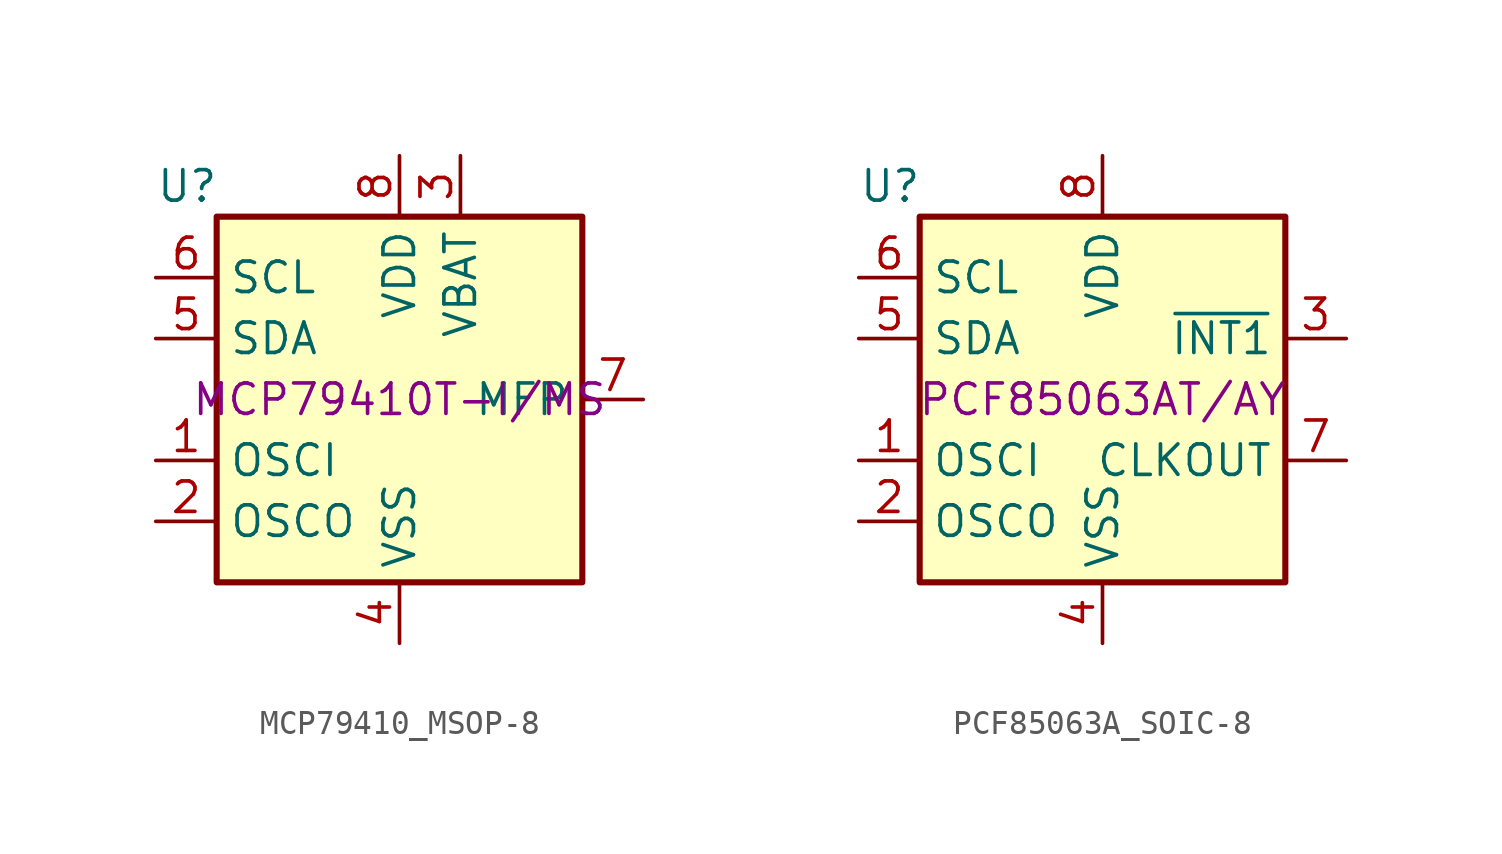
<source format=kicad_sym>
(kicad_symbol_lib
  (version 20211014)
  (generator kicad_symbol_editor)
  (symbol "MCP79410_MSOP-8"
    (property "Reference" "U"
      (at -10.16 8.89 0)
      (effects (font (size 1.27 1.27)) (justify left)))
    (property "Manufacturer Part Number" "MCP79410T-I/MS"
      (at 0 0 0)
      (effects (font (size 1.27 1.27))))
    (symbol "MCP79410_MSOP-8_0_1"
      (rectangle (start -7.62 7.62) (end 7.62 -7.62) (stroke (width 0.254) (type default) (color 0 0 0 0)) (fill (type background))))
    (symbol "MCP79410_MSOP-8_1_1"
      (pin input line (at -10.16 -2.54 0) (length 2.54) (name "OSCI" (effects (font (size 1.27 1.27)))) (number "1" (effects (font (size 1.27 1.27)))))
      (pin output line (at -10.16 -5.08 0) (length 2.54) (name "OSCO" (effects (font (size 1.27 1.27)))) (number "2" (effects (font (size 1.27 1.27)))))
      (pin power_in line (at 2.54 10.16 270) (length 2.54) (name "VBAT" (effects (font (size 1.27 1.27)))) (number "3" (effects (font (size 1.27 1.27)))))
      (pin power_in line (at 0 -10.16 90) (length 2.54) (name "VSS" (effects (font (size 1.27 1.27)))) (number "4" (effects (font (size 1.27 1.27)))))
      (pin bidirectional line (at -10.16 2.54 0) (length 2.54) (name "SDA" (effects (font (size 1.27 1.27)))) (number "5" (effects (font (size 1.27 1.27)))))
      (pin input line (at -10.16 5.08 0) (length 2.54) (name "SCL" (effects (font (size 1.27 1.27)))) (number "6" (effects (font (size 1.27 1.27)))))
      (pin open_collector line (at 10.16 0 180) (length 2.54) (name "MFP" (effects (font (size 1.27 1.27)))) (number "7" (effects (font (size 1.27 1.27)))))
      (pin power_in line (at 0 10.16 270) (length 2.54) (name "VDD" (effects (font (size 1.27 1.27)))) (number "8" (effects (font (size 1.27 1.27)))))))
  (symbol "PCF85063A_SOIC-8"
    (property "Reference" "U"
      (at -10.16 8.89 0)
      (effects (font (size 1.27 1.27)) (justify left)))
    (property "Manufacturer Part Number" "PCF85063AT/AY"
      (at 0 0 0)
      (effects (font (size 1.27 1.27))))
    (symbol "PCF85063A_SOIC-8_0_1"
      (rectangle (start -7.62 7.62) (end 7.62 -7.62) (stroke (width 0.254) (type default) (color 0 0 0 0)) (fill (type background))))
    (symbol "PCF85063A_SOIC-8_1_1"
      (pin input line (at -10.16 -2.54 0) (length 2.54) (name "OSCI" (effects (font (size 1.27 1.27)))) (number "1" (effects (font (size 1.27 1.27)))))
      (pin output line (at -10.16 -5.08 0) (length 2.54) (name "OSCO" (effects (font (size 1.27 1.27)))) (number "2" (effects (font (size 1.27 1.27)))))
      (pin open_collector line (at 10.16 2.54 180) (length 2.54) (name "~{INT1}" (effects (font (size 1.27 1.27)))) (number "3" (effects (font (size 1.27 1.27)))))
      (pin power_in line (at 0 -10.16 90) (length 2.54) (name "VSS" (effects (font (size 1.27 1.27)))) (number "4" (effects (font (size 1.27 1.27)))))
      (pin bidirectional line (at -10.16 2.54 0) (length 2.54) (name "SDA" (effects (font (size 1.27 1.27)))) (number "5" (effects (font (size 1.27 1.27)))))
      (pin input line (at -10.16 5.08 0) (length 2.54) (name "SCL" (effects (font (size 1.27 1.27)))) (number "6" (effects (font (size 1.27 1.27)))))
      (pin output line (at 10.16 -2.54 180) (length 2.54) (name "CLKOUT" (effects (font (size 1.27 1.27)))) (number "7" (effects (font (size 1.27 1.27)))))
      (pin power_in line (at 0 10.16 270) (length 2.54) (name "VDD" (effects (font (size 1.27 1.27)))) (number "8" (effects (font (size 1.27 1.27))))))))
</source>
